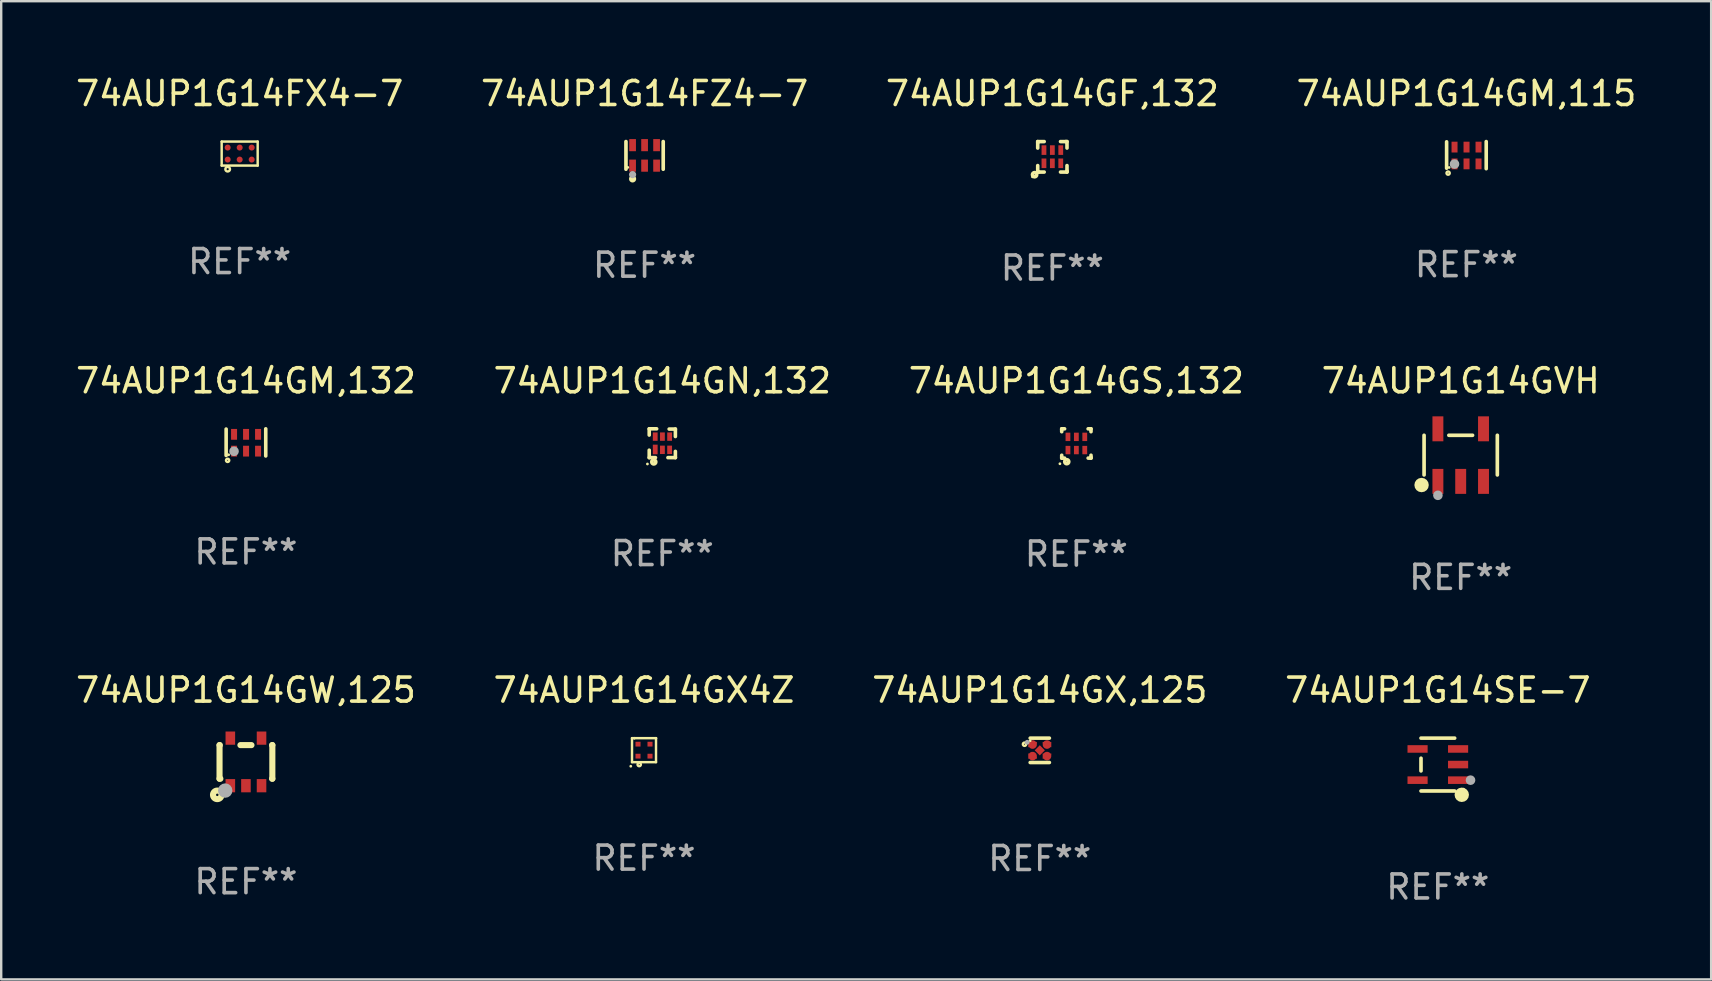
<source format=kicad_pcb>
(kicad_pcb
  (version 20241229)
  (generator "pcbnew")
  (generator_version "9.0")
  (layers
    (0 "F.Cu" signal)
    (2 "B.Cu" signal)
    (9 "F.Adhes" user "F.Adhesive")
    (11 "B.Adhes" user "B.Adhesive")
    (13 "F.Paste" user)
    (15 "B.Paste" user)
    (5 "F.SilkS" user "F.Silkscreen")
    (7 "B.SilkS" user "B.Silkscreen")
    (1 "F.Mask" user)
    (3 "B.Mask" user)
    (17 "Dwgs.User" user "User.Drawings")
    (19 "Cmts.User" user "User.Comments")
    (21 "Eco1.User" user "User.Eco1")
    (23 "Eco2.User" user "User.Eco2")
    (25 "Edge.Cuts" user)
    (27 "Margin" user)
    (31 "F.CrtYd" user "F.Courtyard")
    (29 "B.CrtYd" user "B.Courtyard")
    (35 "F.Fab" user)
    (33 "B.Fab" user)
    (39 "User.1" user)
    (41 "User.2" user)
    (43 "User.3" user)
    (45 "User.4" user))
  (footprint "74AUP1G14GX4Z"
    (layer "F.Cu")
    (at 23.78 28.202)
    (property "Reference" "74AUP1G14GX4Z" (at 0 -2.5 0) (layer "F.SilkS") (effects (font (size 1 1) (thickness 0.15))))
    (attr through_hole)
    (fp_line (start -0.5 -0.5) (end -0.399 -0.5) (stroke (width 0.102) (type solid)) (layer "F.SilkS"))
    (fp_line (start -0.5 0.5) (end -0.5 -0.5) (stroke (width 0.102) (type solid)) (layer "F.SilkS"))
    (fp_line (start -0.399 -0.5) (end -0.399 -0.5) (stroke (width 0.102) (type solid)) (layer "F.SilkS"))
    (fp_line (start -0.399 -0.5) (end 0.5 -0.5) (stroke (width 0.102) (type solid)) (layer "F.SilkS"))
    (fp_line (start 0.5 -0.5) (end 0.5 -0.5) (stroke (width 0.102) (type solid)) (layer "F.SilkS"))
    (fp_line (start 0.5 -0.5) (end 0.5 0.5) (stroke (width 0.102) (type solid)) (layer "F.SilkS"))
    (fp_line (start 0.5 0.5) (end -0.5 0.5) (stroke (width 0.102) (type solid)) (layer "F.SilkS"))
    (fp_circle (center -0.551 0.67) (end -0.521 0.67) (stroke (width 0.06) (type solid)) (fill no) (layer "F.SilkS"))
    (fp_circle (center -0.2 0.6) (end -0.18 0.6) (stroke (width 0.1) (type solid)) (fill no) (layer "F.SilkS"))
    (fp_text user "REF**" (at 0 4.5 0) (layer "F.Fab") (effects (font (size 1 1) (thickness 0.15))))
    (pad "1" smd rect (at -0.25 0.25 90) (size 0.2 0.21) (layers "F.Cu" "F.Mask" "F.Paste"))
    (pad "2" smd rect (at 0.25 0.25 90) (size 0.2 0.21) (layers "F.Cu" "F.Mask" "F.Paste"))
    (pad "3" smd rect (at 0.25 -0.25 90) (size 0.2 0.21) (layers "F.Cu" "F.Mask" "F.Paste"))
    (pad "4" smd rect (at -0.25 -0.25 90) (size 0.2 0.21) (layers "F.Cu" "F.Mask" "F.Paste")))
  (footprint "74AUP1G14FZ4-7"
    (layer "F.Cu")
    (at 23.804 3.424)
    (property "Reference" "74AUP1G14FZ4-7" (at 0 -2.576 0) (layer "F.SilkS") (effects (font (size 1 1) (thickness 0.15))))
    (attr through_hole)
    (fp_line (start -0.776 0.576) (end -0.776 -0.576) (stroke (width 0.152) (type solid)) (layer "F.SilkS"))
    (fp_line (start 0.776 0.576) (end 0.776 -0.576) (stroke (width 0.152) (type solid)) (layer "F.SilkS"))
    (fp_circle (center -0.7 0.5) (end -0.67 0.5) (stroke (width 0.06) (type solid)) (fill no) (layer "F.SilkS"))
    (fp_circle (center -0.5 0.98) (end -0.425 0.98) (stroke (width 0.15) (type solid)) (fill no) (layer "F.SilkS"))
    (fp_circle (center -0.5 0.8) (end -0.425 0.8) (stroke (width 0.15) (type solid)) (fill no) (layer "F.Fab"))
    (fp_text user "REF**" (at 0 4.576 0) (layer "F.Fab") (effects (font (size 1 1) (thickness 0.15))))
    (pad "1" smd rect (at -0.5 0.427) (size 0.28 0.505) (layers "F.Cu" "F.Mask" "F.Paste"))
    (pad "2" smd rect (at 0 0.427) (size 0.28 0.505) (layers "F.Cu" "F.Mask" "F.Paste"))
    (pad "3" smd rect (at 0.5 0.427) (size 0.28 0.505) (layers "F.Cu" "F.Mask" "F.Paste"))
    (pad "4" smd rect (at 0.5 -0.427) (size 0.28 0.505) (layers "F.Cu" "F.Mask" "F.Paste"))
    (pad "5" smd rect (at 0 -0.427) (size 0.28 0.505) (layers "F.Cu" "F.Mask" "F.Paste"))
    (pad "6" smd rect (at -0.5 -0.427) (size 0.28 0.505) (layers "F.Cu" "F.Mask" "F.Paste")))
  (footprint "74AUP1G14GVH"
    (layer "F.Cu")
    (at 57.804 15.91)
    (property "Reference" "74AUP1G14GVH" (at 0 -3.095 0) (layer "F.SilkS") (effects (font (size 1 1) (thickness 0.15))))
    (attr through_hole)
    (fp_line (start -1.526 0.826) (end -1.526 -0.826) (stroke (width 0.152) (type solid)) (layer "F.SilkS"))
    (fp_line (start 0.494 -0.826) (end -0.494 -0.826) (stroke (width 0.152) (type solid)) (layer "F.SilkS"))
    (fp_line (start 1.526 0.826) (end 1.526 -0.826) (stroke (width 0.152) (type solid)) (layer "F.SilkS"))
    (fp_circle (center -1.63 1.247) (end -1.48 1.247) (stroke (width 0.3) (type solid)) (fill no) (layer "F.SilkS"))
    (fp_circle (center -1.45 1.375) (end -1.42 1.375) (stroke (width 0.06) (type solid)) (fill no) (layer "F.SilkS"))
    (fp_circle (center -0.95 1.675) (end -0.85 1.675) (stroke (width 0.2) (type solid)) (fill no) (layer "F.Fab"))
    (fp_text user "REF**" (at 0 5.095 0) (layer "F.Fab") (effects (font (size 1 1) (thickness 0.15))))
    (pad "1" smd rect (at -0.95 1.095) (size 0.455 1.04) (layers "F.Cu" "F.Mask" "F.Paste"))
    (pad "2" smd rect (at 0 1.095) (size 0.455 1.04) (layers "F.Cu" "F.Mask" "F.Paste"))
    (pad "3" smd rect (at 0.95 1.095) (size 0.455 1.04) (layers "F.Cu" "F.Mask" "F.Paste"))
    (pad "4" smd rect (at 0.95 -1.095) (size 0.455 1.04) (layers "F.Cu" "F.Mask" "F.Paste"))
    (pad "5" smd rect (at -0.95 -1.095) (size 0.455 1.04) (layers "F.Cu" "F.Mask" "F.Paste")))
  (footprint "74AUP1G14FX4-7"
    (layer "F.Cu")
    (at 6.935 3.348)
    (property "Reference" "74AUP1G14FX4-7" (at 0 -2.5 0) (layer "F.SilkS") (effects (font (size 1 1) (thickness 0.15))))
    (attr through_hole)
    (fp_line (start -0.75 -0.5) (end 0.75 -0.5) (stroke (width 0.102) (type solid)) (layer "F.SilkS"))
    (fp_line (start -0.75 0.5) (end -0.75 -0.5) (stroke (width 0.102) (type solid)) (layer "F.SilkS"))
    (fp_line (start -0.75 0.5) (end 0.75 0.5) (stroke (width 0.102) (type solid)) (layer "F.SilkS"))
    (fp_line (start 0.75 -0.5) (end 0.75 0.5) (stroke (width 0.102) (type solid)) (layer "F.SilkS"))
    (fp_circle (center -0.5 0.65) (end -0.455 0.65) (stroke (width 0.102) (type solid)) (fill no) (layer "F.SilkS"))
    (fp_text user "REF**" (at 0 4.5 0) (layer "F.Fab") (effects (font (size 1 1) (thickness 0.15))))
    (pad "1" smd circle (at -0.5 0.25) (size 0.25 0.25) (layers "F.Cu" "F.Mask" "F.Paste"))
    (pad "2" smd circle (at 0 0.25) (size 0.25 0.25) (layers "F.Cu" "F.Mask" "F.Paste"))
    (pad "3" smd circle (at 0.5 0.25) (size 0.25 0.25) (layers "F.Cu" "F.Mask" "F.Paste"))
    (pad "4" smd circle (at 0.5 -0.25) (size 0.25 0.25) (layers "F.Cu" "F.Mask" "F.Paste"))
    (pad "5" smd circle (at 0 -0.25) (size 0.25 0.25) (layers "F.Cu" "F.Mask" "F.Paste"))
    (pad "6" smd circle (at -0.5 -0.25) (size 0.25 0.25) (layers "F.Cu" "F.Mask" "F.Paste")))
  (footprint "74AUP1G14SE-7"
    (layer "F.Cu")
    (at 56.851 28.802)
    (property "Reference" "74AUP1G14SE-7" (at 0 -3.101 0) (layer "F.SilkS") (effects (font (size 1 1) (thickness 0.15))))
    (attr through_hole)
    (fp_line (start -0.701 -0.264) (end -0.701 0.264) (stroke (width 0.152) (type solid)) (layer "F.SilkS"))
    (fp_line (start 0.701 -1.101) (end -0.701 -1.101) (stroke (width 0.152) (type solid)) (layer "F.SilkS"))
    (fp_line (start 0.701 1.101) (end -0.701 1.101) (stroke (width 0.152) (type solid)) (layer "F.SilkS"))
    (fp_circle (center 0.997 1.26) (end 1.147 1.26) (stroke (width 0.3) (type solid)) (fill no) (layer "F.SilkS"))
    (fp_circle (center 1.063 1.025) (end 1.093 1.025) (stroke (width 0.06) (type solid)) (fill no) (layer "F.SilkS"))
    (fp_circle (center 1.362 0.65) (end 1.463 0.65) (stroke (width 0.2) (type solid)) (fill no) (layer "F.Fab"))
    (fp_text user "REF**" (at 0 5.101 0) (layer "F.Fab") (effects (font (size 1 1) (thickness 0.15))))
    (pad "1" smd rect (at 0.844 0.65) (size 0.839 0.315) (layers "F.Cu" "F.Mask" "F.Paste"))
    (pad "2" smd rect (at 0.844 0) (size 0.839 0.315) (layers "F.Cu" "F.Mask" "F.Paste"))
    (pad "3" smd rect (at 0.844 -0.65) (size 0.839 0.315) (layers "F.Cu" "F.Mask" "F.Paste"))
    (pad "4" smd rect (at -0.844 -0.65) (size 0.839 0.315) (layers "F.Cu" "F.Mask" "F.Paste"))
    (pad "5" smd rect (at -0.844 0.65) (size 0.839 0.315) (layers "F.Cu" "F.Mask" "F.Paste")))
  (footprint "74AUP1G14GF,132"
    (layer "F.Cu")
    (at 40.792 3.483)
    (property "Reference" "74AUP1G14GF,132" (at 0 -2.635 0) (layer "F.SilkS") (effects (font (size 1 1) (thickness 0.15))))
    (attr through_hole)
    (fp_line (start -0.61 0.635) (end -0.61 0.365) (stroke (width 0.15) (type solid)) (layer "F.SilkS"))
    (fp_line (start -0.61 -0.635) (end -0.34 -0.635) (stroke (width 0.15) (type solid)) (layer "F.SilkS"))
    (fp_line (start -0.61 -0.585) (end -0.61 -0.635) (stroke (width 0.15) (type solid)) (layer "F.SilkS"))
    (fp_line (start -0.61 -0.365) (end -0.61 -0.585) (stroke (width 0.15) (type solid)) (layer "F.SilkS"))
    (fp_line (start -0.56 0.635) (end -0.61 0.635) (stroke (width 0.15) (type solid)) (layer "F.SilkS"))
    (fp_line (start -0.34 0.635) (end -0.56 0.635) (stroke (width 0.15) (type solid)) (layer "F.SilkS"))
    (fp_line (start 0.34 -0.635) (end 0.56 -0.635) (stroke (width 0.15) (type solid)) (layer "F.SilkS"))
    (fp_line (start 0.56 -0.635) (end 0.61 -0.635) (stroke (width 0.15) (type solid)) (layer "F.SilkS"))
    (fp_line (start 0.61 -0.635) (end 0.61 -0.365) (stroke (width 0.15) (type solid)) (layer "F.SilkS"))
    (fp_line (start 0.61 0.365) (end 0.61 0.585) (stroke (width 0.15) (type solid)) (layer "F.SilkS"))
    (fp_line (start 0.61 0.585) (end 0.61 0.635) (stroke (width 0.15) (type solid)) (layer "F.SilkS"))
    (fp_line (start 0.61 0.635) (end 0.34 0.635) (stroke (width 0.15) (type solid)) (layer "F.SilkS"))
    (fp_circle (center -0.829 0.834) (end -0.799 0.834) (stroke (width 0.06) (type solid)) (fill no) (layer "F.SilkS"))
    (fp_circle (center -0.74 0.745) (end -0.726 0.745) (stroke (width 0.15) (type solid)) (fill no) (layer "F.SilkS"))
    (fp_text user "REF**" (at 0 4.635 0) (layer "F.Fab") (effects (font (size 1 1) (thickness 0.15))))
    (pad "1" smd rect (at -0.35 0.27) (size 0.2 0.4) (layers "F.Cu" "F.Mask" "F.Paste"))
    (pad "2" smd rect (at -0.000051 0.27) (size 0.2 0.4) (layers "F.Cu" "F.Mask" "F.Paste"))
    (pad "3" smd rect (at 0.35 0.27) (size 0.2 0.4) (layers "F.Cu" "F.Mask" "F.Paste"))
    (pad "4" smd rect (at 0.35 -0.28) (size 0.2 0.4) (layers "F.Cu" "F.Mask" "F.Paste"))
    (pad "5" smd rect (at -0.000051 -0.28) (size 0.2 0.4) (layers "F.Cu" "F.Mask" "F.Paste"))
    (pad "6" smd rect (at -0.35 -0.28) (size 0.2 0.4) (layers "F.Cu" "F.Mask" "F.Paste")))
  (footprint "74AUP1G14GX,125"
    (layer "F.Cu")
    (at 40.268 28.209)
    (property "Reference" "74AUP1G14GX,125" (at 0 -2.508 0) (layer "F.SilkS") (effects (font (size 1 1) (thickness 0.15))))
    (attr through_hole)
    (fp_line (start 0.4 -0.508) (end -0.4 -0.508) (stroke (width 0.15) (type solid)) (layer "F.SilkS"))
    (fp_line (start 0.4 0.508) (end -0.4 0.508) (stroke (width 0.15) (type solid)) (layer "F.SilkS"))
    (fp_circle (center -0.635 -0.254) (end -0.615 -0.254) (stroke (width 0.1) (type solid)) (fill no) (layer "F.SilkS"))
    (fp_circle (center -0.401 -0.4) (end -0.371 -0.4) (stroke (width 0.06) (type solid)) (fill no) (layer "F.SilkS"))
    (fp_circle (center -0.523 -0.337) (end -0.473 -0.337) (stroke (width 0.1) (type solid)) (fill no) (layer "F.Fab"))
    (fp_text user "REF**" (at 0 4.508 0) (layer "F.Fab") (effects (font (size 1 1) (thickness 0.15))))
    (pad "1" smd custom (at -0.3 -0.24) (size 0.36 0.22) (layers "F.Cu" "F.Mask" "F.Paste") (options (anchor circle)) (primitives (gr_poly (pts (xy -0.18 -0.11) (xy -0.18 0.11) (xy 0.000127 0.11) (xy 0.18 -0.03) (xy 0.18 -0.11) (xy -0.18 -0.11)) (width 0) (fill yes))))
    (pad "2" smd custom (at -0.3 0.24) (size 0.36 0.22) (layers "F.Cu" "F.Mask" "F.Paste") (options (anchor circle)) (primitives (gr_poly (pts (xy -0.18 0.11) (xy -0.18 -0.11) (xy 0.000127 -0.11) (xy 0.18 0.03) (xy 0.18 0.11) (xy -0.18 0.11)) (width 0) (fill yes))))
    (pad "3" smd rect (at 0.000102 -0.000127 45) (size 0.3 0.3) (layers "F.Cu" "F.Mask" "F.Paste"))
    (pad "4" smd custom (at 0.3 0.24 180) (size 0.36 0.22) (layers "F.Cu" "F.Mask" "F.Paste") (options (anchor circle)) (primitives (gr_poly (pts (xy 0.18 0.11) (xy 0.18 -0.11) (xy -0.000178 -0.11) (xy -0.18 0.03) (xy -0.18 0.11) (xy 0.18 0.11)) (width 0) (fill yes))))
    (pad "5" smd custom (at 0.3 -0.24) (size 0.36 0.22) (layers "F.Cu" "F.Mask" "F.Paste") (options (anchor circle)) (primitives (gr_poly (pts (xy 0.18 -0.11) (xy 0.18 0.11) (xy -0.000152 0.11) (xy -0.18 -0.03) (xy -0.18 -0.11) (xy 0.18 -0.11)) (width 0) (fill yes)))))
  (footprint "74AUP1G14GS,132"
    (layer "F.Cu")
    (at 41.792 15.425)
    (property "Reference" "74AUP1G14GS,132" (at 0 -2.61 0) (layer "F.SilkS") (effects (font (size 1 1) (thickness 0.15))))
    (attr through_hole)
    (fp_line (start -0.61 -0.61) (end -0.49 -0.61) (stroke (width 0.15) (type solid)) (layer "F.SilkS"))
    (fp_line (start -0.61 -0.58) (end -0.61 -0.61) (stroke (width 0.15) (type solid)) (layer "F.SilkS"))
    (fp_line (start -0.61 -0.49) (end -0.61 -0.58) (stroke (width 0.15) (type solid)) (layer "F.SilkS"))
    (fp_line (start -0.61 0.61) (end -0.61 0.491) (stroke (width 0.15) (type solid)) (layer "F.SilkS"))
    (fp_line (start -0.58 0.61) (end -0.61 0.61) (stroke (width 0.15) (type solid)) (layer "F.SilkS"))
    (fp_line (start -0.49 0.61) (end -0.58 0.61) (stroke (width 0.15) (type solid)) (layer "F.SilkS"))
    (fp_line (start 0.49 -0.61) (end 0.58 -0.61) (stroke (width 0.15) (type solid)) (layer "F.SilkS"))
    (fp_line (start 0.58 -0.61) (end 0.61 -0.61) (stroke (width 0.15) (type solid)) (layer "F.SilkS"))
    (fp_line (start 0.61 -0.61) (end 0.61 -0.49) (stroke (width 0.15) (type solid)) (layer "F.SilkS"))
    (fp_line (start 0.61 0.49) (end 0.61 0.58) (stroke (width 0.15) (type solid)) (layer "F.SilkS"))
    (fp_line (start 0.61 0.58) (end 0.61 0.61) (stroke (width 0.15) (type solid)) (layer "F.SilkS"))
    (fp_line (start 0.61 0.61) (end 0.491 0.61) (stroke (width 0.15) (type solid)) (layer "F.SilkS"))
    (fp_circle (center -0.685 0.845) (end -0.655 0.845) (stroke (width 0.06) (type solid)) (fill no) (layer "F.SilkS"))
    (fp_circle (center -0.4 0.76) (end -0.39 0.76) (stroke (width 0.15) (type solid)) (fill no) (layer "F.SilkS"))
    (fp_text user "REF**" (at 0 4.61 0) (layer "F.Fab") (effects (font (size 1 1) (thickness 0.15))))
    (pad "1" smd rect (at -0.35 0.275) (size 0.2 0.35) (layers "F.Cu" "F.Mask" "F.Paste"))
    (pad "2" smd rect (at -0.000038 0.275) (size 0.2 0.35) (layers "F.Cu" "F.Mask" "F.Paste"))
    (pad "3" smd rect (at 0.35 0.275) (size 0.2 0.35) (layers "F.Cu" "F.Mask" "F.Paste"))
    (pad "4" smd rect (at 0.35 -0.275) (size 0.2 0.35) (layers "F.Cu" "F.Mask" "F.Paste"))
    (pad "5" smd rect (at -0.000038 -0.275) (size 0.2 0.35) (layers "F.Cu" "F.Mask" "F.Paste"))
    (pad "6" smd rect (at -0.35 -0.275) (size 0.2 0.35) (layers "F.Cu" "F.Mask" "F.Paste")))
  (footprint "74AUP1G14GM,132"
    (layer "F.Cu")
    (at 7.196 15.38)
    (property "Reference" "74AUP1G14GM,132" (at 0 -2.565 0) (layer "F.SilkS") (effects (font (size 1 1) (thickness 0.15))))
    (attr through_hole)
    (fp_line (start -0.825 -0.555) (end -0.825 0.545) (stroke (width 0.15) (type solid)) (layer "F.SilkS"))
    (fp_line (start 0.825 -0.565) (end 0.825 0.565) (stroke (width 0.15) (type solid)) (layer "F.SilkS"))
    (fp_circle (center -0.763 0.749) (end -0.695 0.749) (stroke (width 0.1) (type solid)) (fill no) (layer "F.SilkS"))
    (fp_circle (center -0.72 0.515) (end -0.69 0.515) (stroke (width 0.06) (type solid)) (fill no) (layer "F.SilkS"))
    (fp_circle (center -0.496 0.371) (end -0.396 0.371) (stroke (width 0.2) (type solid)) (fill no) (layer "F.Fab"))
    (fp_text user "REF**" (at 0 4.565 0) (layer "F.Fab") (effects (font (size 1 1) (thickness 0.15))))
    (pad "1" smd rect (at -0.495 0.365) (size 0.25 0.45) (layers "F.Cu" "F.Mask" "F.Paste"))
    (pad "2" smd rect (at 0.005 0.365) (size 0.25 0.45) (layers "F.Cu" "F.Mask" "F.Paste"))
    (pad "3" smd rect (at 0.505 0.365) (size 0.25 0.45) (layers "F.Cu" "F.Mask" "F.Paste"))
    (pad "4" smd rect (at 0.505 -0.335) (size 0.25 0.45) (layers "F.Cu" "F.Mask" "F.Paste"))
    (pad "5" smd rect (at 0.005 -0.335) (size 0.25 0.45) (layers "F.Cu" "F.Mask" "F.Paste"))
    (pad "6" smd rect (at -0.495 -0.335) (size 0.25 0.45) (layers "F.Cu" "F.Mask" "F.Paste")))
  (footprint "74AUP1G14GN,132"
    (layer "F.Cu")
    (at 24.542 15.415)
    (property "Reference" "74AUP1G14GN,132" (at 0 -2.6 0) (layer "F.SilkS") (effects (font (size 1 1) (thickness 0.15))))
    (attr through_hole)
    (fp_line (start -0.545 -0.6) (end -0.235 -0.6) (stroke (width 0.15) (type solid)) (layer "F.SilkS"))
    (fp_line (start -0.545 -0.34) (end -0.545 -0.6) (stroke (width 0.15) (type solid)) (layer "F.SilkS"))
    (fp_line (start -0.545 0.6) (end -0.545 0.29) (stroke (width 0.15) (type solid)) (layer "F.SilkS"))
    (fp_line (start -0.285 0.6) (end -0.545 0.6) (stroke (width 0.15) (type solid)) (layer "F.SilkS"))
    (fp_line (start 0.285 -0.59) (end 0.545 -0.59) (stroke (width 0.15) (type solid)) (layer "F.SilkS"))
    (fp_line (start 0.545 -0.59) (end 0.545 -0.28) (stroke (width 0.15) (type solid)) (layer "F.SilkS"))
    (fp_line (start 0.545 0.34) (end 0.545 0.6) (stroke (width 0.15) (type solid)) (layer "F.SilkS"))
    (fp_line (start 0.545 0.6) (end 0.235 0.6) (stroke (width 0.15) (type solid)) (layer "F.SilkS"))
    (fp_circle (center -0.62 0.865) (end -0.59 0.865) (stroke (width 0.06) (type solid)) (fill no) (layer "F.SilkS"))
    (fp_circle (center -0.355 0.78) (end -0.345 0.78) (stroke (width 0.15) (type solid)) (fill no) (layer "F.SilkS"))
    (fp_text user "REF**" (at 0 4.6 0) (layer "F.Fab") (effects (font (size 1 1) (thickness 0.15))))
    (pad "1" smd rect (at -0.295 0.26) (size 0.2 0.4) (layers "F.Cu" "F.Mask" "F.Paste"))
    (pad "2" smd rect (at 0.005 0.275) (size 0.2 0.35) (layers "F.Cu" "F.Mask" "F.Paste"))
    (pad "3" smd rect (at 0.305 0.275) (size 0.2 0.35) (layers "F.Cu" "F.Mask" "F.Paste"))
    (pad "4" smd rect (at 0.305 -0.275) (size 0.2 0.35) (layers "F.Cu" "F.Mask" "F.Paste"))
    (pad "5" smd rect (at 0.005 -0.275) (size 0.2 0.35) (layers "F.Cu" "F.Mask" "F.Paste"))
    (pad "6" smd rect (at -0.295 -0.275) (size 0.2 0.35) (layers "F.Cu" "F.Mask" "F.Paste")))
  (footprint "74AUP1G14GM,115"
    (layer "F.Cu")
    (at 58.042 3.413)
    (property "Reference" "74AUP1G14GM,115" (at 0 -2.565 0) (layer "F.SilkS") (effects (font (size 1 1) (thickness 0.15))))
    (attr through_hole)
    (fp_line (start -0.825 -0.555) (end -0.825 0.545) (stroke (width 0.15) (type solid)) (layer "F.SilkS"))
    (fp_line (start 0.825 -0.565) (end 0.825 0.565) (stroke (width 0.15) (type solid)) (layer "F.SilkS"))
    (fp_circle (center -0.763 0.749) (end -0.695 0.749) (stroke (width 0.1) (type solid)) (fill no) (layer "F.SilkS"))
    (fp_circle (center -0.72 0.515) (end -0.69 0.515) (stroke (width 0.06) (type solid)) (fill no) (layer "F.SilkS"))
    (fp_circle (center -0.496 0.371) (end -0.396 0.371) (stroke (width 0.2) (type solid)) (fill no) (layer "F.Fab"))
    (fp_text user "REF**" (at 0 4.565 0) (layer "F.Fab") (effects (font (size 1 1) (thickness 0.15))))
    (pad "1" smd rect (at -0.495 0.365) (size 0.25 0.45) (layers "F.Cu" "F.Mask" "F.Paste"))
    (pad "2" smd rect (at 0.005 0.365) (size 0.25 0.45) (layers "F.Cu" "F.Mask" "F.Paste"))
    (pad "3" smd rect (at 0.505 0.365) (size 0.25 0.45) (layers "F.Cu" "F.Mask" "F.Paste"))
    (pad "4" smd rect (at 0.505 -0.335) (size 0.25 0.45) (layers "F.Cu" "F.Mask" "F.Paste"))
    (pad "5" smd rect (at 0.005 -0.335) (size 0.25 0.45) (layers "F.Cu" "F.Mask" "F.Paste"))
    (pad "6" smd rect (at -0.495 -0.335) (size 0.25 0.45) (layers "F.Cu" "F.Mask" "F.Paste")))
  (footprint "74AUP1G14GW,125"
    (layer "F.Cu")
    (at 7.196 28.692)
    (property "Reference" "74AUP1G14GW,125" (at 0 -2.991 0) (layer "F.SilkS") (effects (font (size 1 1) (thickness 0.15))))
    (attr through_hole)
    (fp_line (start -1.1 -0.7) (end -1.1 0.7) (stroke (width 0.254) (type solid)) (layer "F.SilkS"))
    (fp_line (start -1.1 -0.7) (end -1.09 -0.7) (stroke (width 0.254) (type solid)) (layer "F.SilkS"))
    (fp_line (start -1.1 0.7) (end -1.065 0.7) (stroke (width 0.254) (type solid)) (layer "F.SilkS"))
    (fp_line (start -0.23 -0.7) (end 0.23 -0.7) (stroke (width 0.254) (type solid)) (layer "F.SilkS"))
    (fp_line (start 1.09 -0.7) (end 1.1 -0.7) (stroke (width 0.254) (type solid)) (layer "F.SilkS"))
    (fp_line (start 1.09 0.7) (end 1.1 0.7) (stroke (width 0.254) (type solid)) (layer "F.SilkS"))
    (fp_line (start 1.1 -0.7) (end 1.1 0.7) (stroke (width 0.254) (type solid)) (layer "F.SilkS"))
    (fp_circle (center -1.194 1.372) (end -1.143 1.372) (stroke (width 0.254) (type solid)) (fill no) (layer "F.SilkS"))
    (fp_circle (center -1.05 1.063) (end -1.02 1.063) (stroke (width 0.06) (type solid)) (fill no) (layer "F.SilkS"))
    (fp_circle (center -0.864 1.194) (end -0.713 1.194) (stroke (width 0.3) (type solid)) (fill no) (layer "F.Fab"))
    (fp_text user "REF**" (at 0 4.991 0) (layer "F.Fab") (effects (font (size 1 1) (thickness 0.15))))
    (pad "1" smd rect (at -0.65 0.991 180) (size 0.399 0.551) (layers "F.Cu" "F.Mask" "F.Paste"))
    (pad "2" smd rect (at 0 0.991 180) (size 0.399 0.551) (layers "F.Cu" "F.Mask" "F.Paste"))
    (pad "3" smd rect (at 0.65 0.991 180) (size 0.399 0.551) (layers "F.Cu" "F.Mask" "F.Paste"))
    (pad "4" smd rect (at 0.65 -0.991 180) (size 0.399 0.551) (layers "F.Cu" "F.Mask" "F.Paste"))
    (pad "5" smd rect (at -0.65 -0.991 180) (size 0.399 0.551) (layers "F.Cu" "F.Mask" "F.Paste")))
  (gr_rect
    (start -3 -3)
    (end 68.238 37.752)
    (stroke (width 0.1) (type default))
    (fill no)
    (layer "Edge.Cuts")))
</source>
